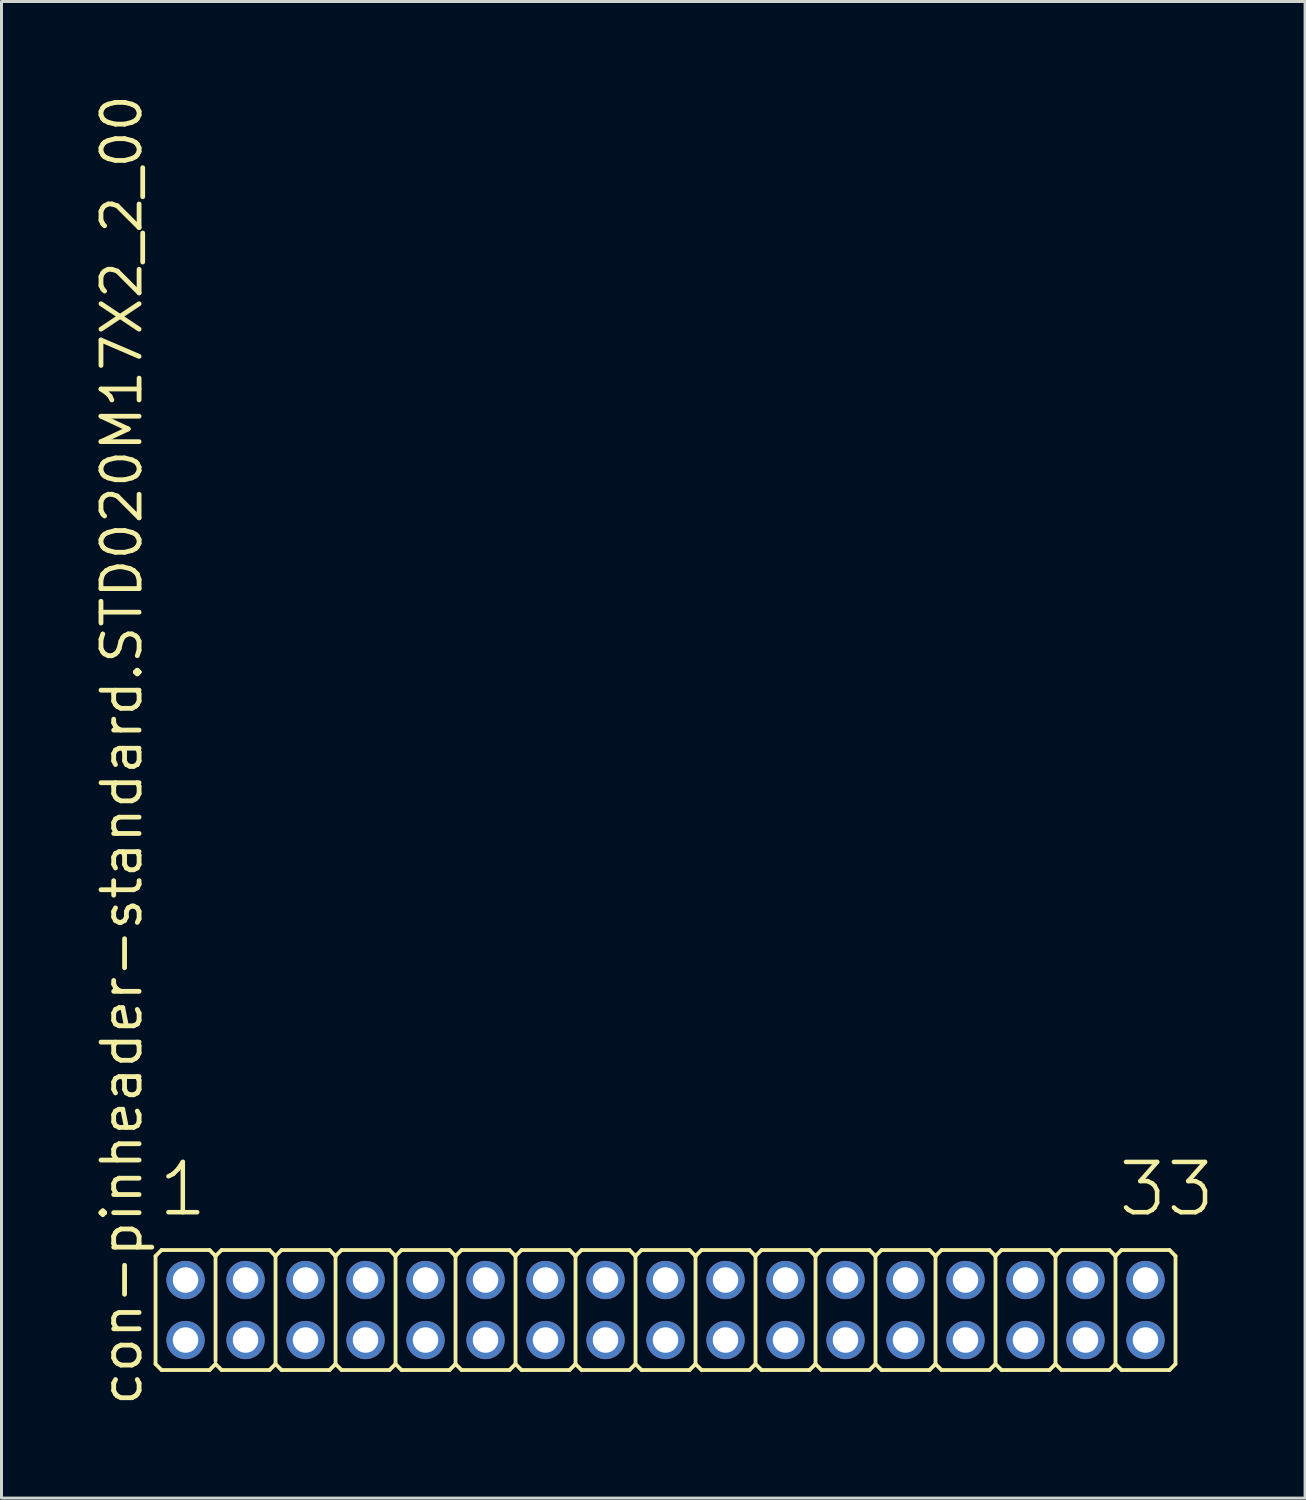
<source format=kicad_pcb>
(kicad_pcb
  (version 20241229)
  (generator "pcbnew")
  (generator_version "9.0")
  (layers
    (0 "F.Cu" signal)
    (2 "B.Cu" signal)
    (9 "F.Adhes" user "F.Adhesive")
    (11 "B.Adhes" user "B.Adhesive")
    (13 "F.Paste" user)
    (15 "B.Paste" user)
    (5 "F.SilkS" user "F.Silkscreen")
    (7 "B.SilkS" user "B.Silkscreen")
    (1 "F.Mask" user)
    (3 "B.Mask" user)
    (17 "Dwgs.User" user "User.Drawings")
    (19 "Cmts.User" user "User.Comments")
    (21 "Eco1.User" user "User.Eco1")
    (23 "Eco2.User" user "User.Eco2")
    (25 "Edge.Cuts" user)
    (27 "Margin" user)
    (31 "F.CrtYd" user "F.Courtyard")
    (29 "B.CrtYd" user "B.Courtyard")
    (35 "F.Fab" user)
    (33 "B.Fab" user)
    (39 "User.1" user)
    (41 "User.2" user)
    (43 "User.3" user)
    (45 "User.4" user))
  (footprint "con-pinheader-standard.STD020M17X2_2_00"
    (layer "F.Cu")
    (at 19.135 40.62)
    (property "Reference" "con-pinheader-standard.STD020M17X2_2_00" (at -17.385 3.27 90) (layer "F.SilkS") (effects (font (size 1.27 1.27) (thickness 0.16)) (justify left bottom)))
    (attr through_hole)
    (fp_line (start -17 1.8) (end -17 -1.8) (stroke (width 0.127) (type default)) (layer "F.SilkS"))
    (fp_line (start -16.8 -2) (end -17 -1.8) (stroke (width 0.127) (type default)) (layer "F.SilkS"))
    (fp_line (start -16.8 -2) (end -15.2 -2) (stroke (width 0.127) (type default)) (layer "F.SilkS"))
    (fp_line (start -16.8 2) (end -17 1.8) (stroke (width 0.127) (type default)) (layer "F.SilkS"))
    (fp_line (start -15.2 -2) (end -15 -1.8) (stroke (width 0.127) (type default)) (layer "F.SilkS"))
    (fp_line (start -15.2 2) (end -16.8 2) (stroke (width 0.127) (type default)) (layer "F.SilkS"))
    (fp_line (start -15.2 2) (end -15 1.8) (stroke (width 0.127) (type default)) (layer "F.SilkS"))
    (fp_line (start -15 -1.8) (end -15 1.7) (stroke (width 0.127) (type default)) (layer "F.SilkS"))
    (fp_line (start -14.8 -2) (end -15 -1.8) (stroke (width 0.127) (type default)) (layer "F.SilkS"))
    (fp_line (start -14.8 -2) (end -13.2 -2) (stroke (width 0.127) (type default)) (layer "F.SilkS"))
    (fp_line (start -14.8 2) (end -15 1.8) (stroke (width 0.127) (type default)) (layer "F.SilkS"))
    (fp_line (start -13.2 -2) (end -13 -1.8) (stroke (width 0.127) (type default)) (layer "F.SilkS"))
    (fp_line (start -13.2 2) (end -14.8 2) (stroke (width 0.127) (type default)) (layer "F.SilkS"))
    (fp_line (start -13.2 2) (end -13 1.8) (stroke (width 0.127) (type default)) (layer "F.SilkS"))
    (fp_line (start -13 -1.8) (end -13 1.8) (stroke (width 0.127) (type default)) (layer "F.SilkS"))
    (fp_line (start -12.8 -2) (end -13 -1.8) (stroke (width 0.127) (type default)) (layer "F.SilkS"))
    (fp_line (start -12.8 -2) (end -11.2 -2) (stroke (width 0.127) (type default)) (layer "F.SilkS"))
    (fp_line (start -12.8 2) (end -13 1.8) (stroke (width 0.127) (type default)) (layer "F.SilkS"))
    (fp_line (start -11.2 -2) (end -11 -1.8) (stroke (width 0.127) (type default)) (layer "F.SilkS"))
    (fp_line (start -11.2 2) (end -12.8 2) (stroke (width 0.127) (type default)) (layer "F.SilkS"))
    (fp_line (start -11.2 2) (end -11 1.8) (stroke (width 0.127) (type default)) (layer "F.SilkS"))
    (fp_line (start -11 -1.8) (end -11 1.8) (stroke (width 0.127) (type default)) (layer "F.SilkS"))
    (fp_line (start -10.8 -2) (end -11 -1.8) (stroke (width 0.127) (type default)) (layer "F.SilkS"))
    (fp_line (start -10.8 -2) (end -9.2 -2) (stroke (width 0.127) (type default)) (layer "F.SilkS"))
    (fp_line (start -10.8 2) (end -11 1.8) (stroke (width 0.127) (type default)) (layer "F.SilkS"))
    (fp_line (start -9.2 -2) (end -9 -1.8) (stroke (width 0.127) (type default)) (layer "F.SilkS"))
    (fp_line (start -9.2 2) (end -10.8 2) (stroke (width 0.127) (type default)) (layer "F.SilkS"))
    (fp_line (start -9.2 2) (end -9 1.8) (stroke (width 0.127) (type default)) (layer "F.SilkS"))
    (fp_line (start -9 -1.8) (end -9 1.8) (stroke (width 0.127) (type default)) (layer "F.SilkS"))
    (fp_line (start -8.8 -2) (end -9 -1.8) (stroke (width 0.127) (type default)) (layer "F.SilkS"))
    (fp_line (start -8.8 -2) (end -7.2 -2) (stroke (width 0.127) (type default)) (layer "F.SilkS"))
    (fp_line (start -8.8 2) (end -9 1.8) (stroke (width 0.127) (type default)) (layer "F.SilkS"))
    (fp_line (start -7.2 -2) (end -7 -1.8) (stroke (width 0.127) (type default)) (layer "F.SilkS"))
    (fp_line (start -7.2 2) (end -8.8 2) (stroke (width 0.127) (type default)) (layer "F.SilkS"))
    (fp_line (start -7.2 2) (end -7 1.8) (stroke (width 0.127) (type default)) (layer "F.SilkS"))
    (fp_line (start -7 -1.8) (end -7 1.8) (stroke (width 0.127) (type default)) (layer "F.SilkS"))
    (fp_line (start -6.8 -2) (end -7 -1.8) (stroke (width 0.127) (type default)) (layer "F.SilkS"))
    (fp_line (start -6.8 -2) (end -5.2 -2) (stroke (width 0.127) (type default)) (layer "F.SilkS"))
    (fp_line (start -6.8 2) (end -7 1.8) (stroke (width 0.127) (type default)) (layer "F.SilkS"))
    (fp_line (start -5.2 -2) (end -5 -1.8) (stroke (width 0.127) (type default)) (layer "F.SilkS"))
    (fp_line (start -5.2 2) (end -6.8 2) (stroke (width 0.127) (type default)) (layer "F.SilkS"))
    (fp_line (start -5.2 2) (end -5 1.8) (stroke (width 0.127) (type default)) (layer "F.SilkS"))
    (fp_line (start -5 -1.8) (end -5 1.8) (stroke (width 0.127) (type default)) (layer "F.SilkS"))
    (fp_line (start -4.8 -2) (end -5 -1.8) (stroke (width 0.127) (type default)) (layer "F.SilkS"))
    (fp_line (start -4.8 -2) (end -3.2 -2) (stroke (width 0.127) (type default)) (layer "F.SilkS"))
    (fp_line (start -4.8 2) (end -5 1.8) (stroke (width 0.127) (type default)) (layer "F.SilkS"))
    (fp_line (start -3.2 -2) (end -3 -1.8) (stroke (width 0.127) (type default)) (layer "F.SilkS"))
    (fp_line (start -3.2 2) (end -4.8 2) (stroke (width 0.127) (type default)) (layer "F.SilkS"))
    (fp_line (start -3.2 2) (end -3 1.8) (stroke (width 0.127) (type default)) (layer "F.SilkS"))
    (fp_line (start -3 -1.8) (end -3 1.8) (stroke (width 0.127) (type default)) (layer "F.SilkS"))
    (fp_line (start -2.8 -2) (end -3 -1.8) (stroke (width 0.127) (type default)) (layer "F.SilkS"))
    (fp_line (start -2.8 -2) (end -1.2 -2) (stroke (width 0.127) (type default)) (layer "F.SilkS"))
    (fp_line (start -2.8 2) (end -3 1.8) (stroke (width 0.127) (type default)) (layer "F.SilkS"))
    (fp_line (start -1.2 -2) (end -1 -1.8) (stroke (width 0.127) (type default)) (layer "F.SilkS"))
    (fp_line (start -1.2 2) (end -2.8 2) (stroke (width 0.127) (type default)) (layer "F.SilkS"))
    (fp_line (start -1.2 2) (end -1 1.8) (stroke (width 0.127) (type default)) (layer "F.SilkS"))
    (fp_line (start -1 -1.8) (end -1 1.8) (stroke (width 0.127) (type default)) (layer "F.SilkS"))
    (fp_line (start -0.8 -2) (end -1 -1.8) (stroke (width 0.127) (type default)) (layer "F.SilkS"))
    (fp_line (start -0.8 -2) (end 0.8 -2) (stroke (width 0.127) (type default)) (layer "F.SilkS"))
    (fp_line (start -0.8 2) (end -1 1.8) (stroke (width 0.127) (type default)) (layer "F.SilkS"))
    (fp_line (start 0.8 -2) (end 1 -1.8) (stroke (width 0.127) (type default)) (layer "F.SilkS"))
    (fp_line (start 0.8 2) (end -0.8 2) (stroke (width 0.127) (type default)) (layer "F.SilkS"))
    (fp_line (start 0.8 2) (end 1 1.8) (stroke (width 0.127) (type default)) (layer "F.SilkS"))
    (fp_line (start 1 -1.8) (end 1 1.8) (stroke (width 0.127) (type default)) (layer "F.SilkS"))
    (fp_line (start 1.2 -2) (end 1 -1.8) (stroke (width 0.127) (type default)) (layer "F.SilkS"))
    (fp_line (start 1.2 -2) (end 2.8 -2) (stroke (width 0.127) (type default)) (layer "F.SilkS"))
    (fp_line (start 1.2 2) (end 1 1.8) (stroke (width 0.127) (type default)) (layer "F.SilkS"))
    (fp_line (start 2.8 -2) (end 3 -1.8) (stroke (width 0.127) (type default)) (layer "F.SilkS"))
    (fp_line (start 2.8 2) (end 1.2 2) (stroke (width 0.127) (type default)) (layer "F.SilkS"))
    (fp_line (start 2.8 2) (end 3 1.8) (stroke (width 0.127) (type default)) (layer "F.SilkS"))
    (fp_line (start 3 -1.8) (end 3 1.8) (stroke (width 0.127) (type default)) (layer "F.SilkS"))
    (fp_line (start 3.2 -2) (end 3 -1.8) (stroke (width 0.127) (type default)) (layer "F.SilkS"))
    (fp_line (start 3.2 -2) (end 4.8 -2) (stroke (width 0.127) (type default)) (layer "F.SilkS"))
    (fp_line (start 3.2 2) (end 3 1.8) (stroke (width 0.127) (type default)) (layer "F.SilkS"))
    (fp_line (start 4.8 -2) (end 5 -1.8) (stroke (width 0.127) (type default)) (layer "F.SilkS"))
    (fp_line (start 4.8 2) (end 3.2 2) (stroke (width 0.127) (type default)) (layer "F.SilkS"))
    (fp_line (start 4.8 2) (end 5 1.8) (stroke (width 0.127) (type default)) (layer "F.SilkS"))
    (fp_line (start 5 -1.8) (end 5 1.8) (stroke (width 0.127) (type default)) (layer "F.SilkS"))
    (fp_line (start 5.2 -2) (end 5 -1.8) (stroke (width 0.127) (type default)) (layer "F.SilkS"))
    (fp_line (start 5.2 -2) (end 6.8 -2) (stroke (width 0.127) (type default)) (layer "F.SilkS"))
    (fp_line (start 5.2 2) (end 5 1.8) (stroke (width 0.127) (type default)) (layer "F.SilkS"))
    (fp_line (start 6.8 -2) (end 7 -1.8) (stroke (width 0.127) (type default)) (layer "F.SilkS"))
    (fp_line (start 6.8 2) (end 5.2 2) (stroke (width 0.127) (type default)) (layer "F.SilkS"))
    (fp_line (start 6.8 2) (end 7 1.8) (stroke (width 0.127) (type default)) (layer "F.SilkS"))
    (fp_line (start 7 -1.8) (end 7 1.8) (stroke (width 0.127) (type default)) (layer "F.SilkS"))
    (fp_line (start 7.2 -2) (end 7 -1.8) (stroke (width 0.127) (type default)) (layer "F.SilkS"))
    (fp_line (start 7.2 -2) (end 8.8 -2) (stroke (width 0.127) (type default)) (layer "F.SilkS"))
    (fp_line (start 7.2 2) (end 7 1.8) (stroke (width 0.127) (type default)) (layer "F.SilkS"))
    (fp_line (start 8.8 -2) (end 9 -1.8) (stroke (width 0.127) (type default)) (layer "F.SilkS"))
    (fp_line (start 8.8 2) (end 7.2 2) (stroke (width 0.127) (type default)) (layer "F.SilkS"))
    (fp_line (start 8.8 2) (end 9 1.8) (stroke (width 0.127) (type default)) (layer "F.SilkS"))
    (fp_line (start 9 -1.8) (end 9 1.8) (stroke (width 0.127) (type default)) (layer "F.SilkS"))
    (fp_line (start 9.2 -2) (end 9 -1.8) (stroke (width 0.127) (type default)) (layer "F.SilkS"))
    (fp_line (start 9.2 -2) (end 10.8 -2) (stroke (width 0.127) (type default)) (layer "F.SilkS"))
    (fp_line (start 9.2 2) (end 9 1.8) (stroke (width 0.127) (type default)) (layer "F.SilkS"))
    (fp_line (start 10.8 -2) (end 11 -1.8) (stroke (width 0.127) (type default)) (layer "F.SilkS"))
    (fp_line (start 10.8 2) (end 9.2 2) (stroke (width 0.127) (type default)) (layer "F.SilkS"))
    (fp_line (start 10.8 2) (end 11 1.8) (stroke (width 0.127) (type default)) (layer "F.SilkS"))
    (fp_line (start 11 -1.8) (end 11 1.8) (stroke (width 0.127) (type default)) (layer "F.SilkS"))
    (fp_line (start 11.2 -2) (end 11 -1.8) (stroke (width 0.127) (type default)) (layer "F.SilkS"))
    (fp_line (start 11.2 -2) (end 12.8 -2) (stroke (width 0.127) (type default)) (layer "F.SilkS"))
    (fp_line (start 11.2 2) (end 11 1.8) (stroke (width 0.127) (type default)) (layer "F.SilkS"))
    (fp_line (start 12.8 -2) (end 13 -1.8) (stroke (width 0.127) (type default)) (layer "F.SilkS"))
    (fp_line (start 12.8 2) (end 11.2 2) (stroke (width 0.127) (type default)) (layer "F.SilkS"))
    (fp_line (start 12.8 2) (end 13 1.8) (stroke (width 0.127) (type default)) (layer "F.SilkS"))
    (fp_line (start 13 -1.8) (end 13 1.8) (stroke (width 0.127) (type default)) (layer "F.SilkS"))
    (fp_line (start 13.2 -2) (end 13 -1.8) (stroke (width 0.127) (type default)) (layer "F.SilkS"))
    (fp_line (start 13.2 -2) (end 14.8 -2) (stroke (width 0.127) (type default)) (layer "F.SilkS"))
    (fp_line (start 13.2 2) (end 13 1.8) (stroke (width 0.127) (type default)) (layer "F.SilkS"))
    (fp_line (start 14.8 -2) (end 15 -1.8) (stroke (width 0.127) (type default)) (layer "F.SilkS"))
    (fp_line (start 14.8 2) (end 13.2 2) (stroke (width 0.127) (type default)) (layer "F.SilkS"))
    (fp_line (start 14.8 2) (end 15 1.8) (stroke (width 0.127) (type default)) (layer "F.SilkS"))
    (fp_line (start 15 -1.8) (end 15 1.8) (stroke (width 0.127) (type default)) (layer "F.SilkS"))
    (fp_line (start 15.2 -2) (end 15 -1.8) (stroke (width 0.127) (type default)) (layer "F.SilkS"))
    (fp_line (start 15.2 -2) (end 16.8 -2) (stroke (width 0.127) (type default)) (layer "F.SilkS"))
    (fp_line (start 15.2 2) (end 15 1.8) (stroke (width 0.127) (type default)) (layer "F.SilkS"))
    (fp_line (start 16.8 -2) (end 17 -1.8) (stroke (width 0.127) (type default)) (layer "F.SilkS"))
    (fp_line (start 16.8 2) (end 15.2 2) (stroke (width 0.127) (type default)) (layer "F.SilkS"))
    (fp_line (start 16.8 2) (end 17 1.8) (stroke (width 0.127) (type default)) (layer "F.SilkS"))
    (fp_line (start 17 -1.8) (end 17 1.8) (stroke (width 0.127) (type default)) (layer "F.SilkS"))
    (fp_rect (start -16.25 -0.75) (end -15.75 -1.25) (stroke (width 0.05) (type default)) (fill no) (layer "F.Fab"))
    (fp_rect (start -16.25 1.25) (end -15.75 0.75) (stroke (width 0.05) (type default)) (fill no) (layer "F.Fab"))
    (fp_rect (start -14.25 -0.75) (end -13.75 -1.25) (stroke (width 0.05) (type default)) (fill no) (layer "F.Fab"))
    (fp_rect (start -14.25 1.25) (end -13.75 0.75) (stroke (width 0.05) (type default)) (fill no) (layer "F.Fab"))
    (fp_rect (start -12.25 -0.75) (end -11.75 -1.25) (stroke (width 0.05) (type default)) (fill no) (layer "F.Fab"))
    (fp_rect (start -12.25 1.25) (end -11.75 0.75) (stroke (width 0.05) (type default)) (fill no) (layer "F.Fab"))
    (fp_rect (start -10.25 -0.75) (end -9.75 -1.25) (stroke (width 0.05) (type default)) (fill no) (layer "F.Fab"))
    (fp_rect (start -10.25 1.25) (end -9.75 0.75) (stroke (width 0.05) (type default)) (fill no) (layer "F.Fab"))
    (fp_rect (start -8.25 -0.75) (end -7.75 -1.25) (stroke (width 0.05) (type default)) (fill no) (layer "F.Fab"))
    (fp_rect (start -8.25 1.25) (end -7.75 0.75) (stroke (width 0.05) (type default)) (fill no) (layer "F.Fab"))
    (fp_rect (start -6.25 -0.75) (end -5.75 -1.25) (stroke (width 0.05) (type default)) (fill no) (layer "F.Fab"))
    (fp_rect (start -6.25 1.25) (end -5.75 0.75) (stroke (width 0.05) (type default)) (fill no) (layer "F.Fab"))
    (fp_rect (start -4.25 -0.75) (end -3.75 -1.25) (stroke (width 0.05) (type default)) (fill no) (layer "F.Fab"))
    (fp_rect (start -4.25 1.25) (end -3.75 0.75) (stroke (width 0.05) (type default)) (fill no) (layer "F.Fab"))
    (fp_rect (start -2.25 -0.75) (end -1.75 -1.25) (stroke (width 0.05) (type default)) (fill no) (layer "F.Fab"))
    (fp_rect (start -2.25 1.25) (end -1.75 0.75) (stroke (width 0.05) (type default)) (fill no) (layer "F.Fab"))
    (fp_rect (start -0.25 -0.75) (end 0.25 -1.25) (stroke (width 0.05) (type default)) (fill no) (layer "F.Fab"))
    (fp_rect (start -0.25 1.25) (end 0.25 0.75) (stroke (width 0.05) (type default)) (fill no) (layer "F.Fab"))
    (fp_rect (start 1.75 -0.75) (end 2.25 -1.25) (stroke (width 0.05) (type default)) (fill no) (layer "F.Fab"))
    (fp_rect (start 1.75 1.25) (end 2.25 0.75) (stroke (width 0.05) (type default)) (fill no) (layer "F.Fab"))
    (fp_rect (start 3.75 -0.75) (end 4.25 -1.25) (stroke (width 0.05) (type default)) (fill no) (layer "F.Fab"))
    (fp_rect (start 3.75 1.25) (end 4.25 0.75) (stroke (width 0.05) (type default)) (fill no) (layer "F.Fab"))
    (fp_rect (start 5.75 -0.75) (end 6.25 -1.25) (stroke (width 0.05) (type default)) (fill no) (layer "F.Fab"))
    (fp_rect (start 5.75 1.25) (end 6.25 0.75) (stroke (width 0.05) (type default)) (fill no) (layer "F.Fab"))
    (fp_rect (start 7.75 -0.75) (end 8.25 -1.25) (stroke (width 0.05) (type default)) (fill no) (layer "F.Fab"))
    (fp_rect (start 7.75 1.25) (end 8.25 0.75) (stroke (width 0.05) (type default)) (fill no) (layer "F.Fab"))
    (fp_rect (start 9.75 -0.75) (end 10.25 -1.25) (stroke (width 0.05) (type default)) (fill no) (layer "F.Fab"))
    (fp_rect (start 9.75 1.25) (end 10.25 0.75) (stroke (width 0.05) (type default)) (fill no) (layer "F.Fab"))
    (fp_rect (start 11.75 -0.75) (end 12.25 -1.25) (stroke (width 0.05) (type default)) (fill no) (layer "F.Fab"))
    (fp_rect (start 11.75 1.25) (end 12.25 0.75) (stroke (width 0.05) (type default)) (fill no) (layer "F.Fab"))
    (fp_rect (start 13.75 -0.75) (end 14.25 -1.25) (stroke (width 0.05) (type default)) (fill no) (layer "F.Fab"))
    (fp_rect (start 13.75 1.25) (end 14.25 0.75) (stroke (width 0.05) (type default)) (fill no) (layer "F.Fab"))
    (fp_rect (start 15.75 -0.75) (end 16.25 -1.25) (stroke (width 0.05) (type default)) (fill no) (layer "F.Fab"))
    (fp_rect (start 15.75 1.25) (end 16.25 0.75) (stroke (width 0.05) (type default)) (fill no) (layer "F.Fab"))
    (fp_text user "33" (at 15.012 -3.048 0) (layer "F.SilkS") (effects (font (size 1.676 1.676) (thickness 0.15)) (justify left bottom)))
    (fp_text user "1" (at -16.988 -3.048 0) (layer "F.SilkS") (effects (font (size 1.676 1.676) (thickness 0.15)) (justify left bottom)))
    (pad "1" thru_hole circle (at -16 -1) (size 1.275 1.275) (drill 0.85) (layers "*.Cu" "*.Mask"))
    (pad "2" thru_hole circle (at -16 1) (size 1.275 1.275) (drill 0.85) (layers "*.Cu" "*.Mask"))
    (pad "3" thru_hole circle (at -14 -1) (size 1.275 1.275) (drill 0.85) (layers "*.Cu" "*.Mask"))
    (pad "4" thru_hole circle (at -14 1) (size 1.275 1.275) (drill 0.85) (layers "*.Cu" "*.Mask"))
    (pad "5" thru_hole circle (at -12 -1) (size 1.275 1.275) (drill 0.85) (layers "*.Cu" "*.Mask"))
    (pad "6" thru_hole circle (at -12 1) (size 1.275 1.275) (drill 0.85) (layers "*.Cu" "*.Mask"))
    (pad "7" thru_hole circle (at -10 -1) (size 1.275 1.275) (drill 0.85) (layers "*.Cu" "*.Mask"))
    (pad "8" thru_hole circle (at -10 1) (size 1.275 1.275) (drill 0.85) (layers "*.Cu" "*.Mask"))
    (pad "9" thru_hole circle (at -8 -1) (size 1.275 1.275) (drill 0.85) (layers "*.Cu" "*.Mask"))
    (pad "10" thru_hole circle (at -8 1) (size 1.275 1.275) (drill 0.85) (layers "*.Cu" "*.Mask"))
    (pad "11" thru_hole circle (at -6 -1) (size 1.275 1.275) (drill 0.85) (layers "*.Cu" "*.Mask"))
    (pad "12" thru_hole circle (at -6 1) (size 1.275 1.275) (drill 0.85) (layers "*.Cu" "*.Mask"))
    (pad "13" thru_hole circle (at -4 -1) (size 1.275 1.275) (drill 0.85) (layers "*.Cu" "*.Mask"))
    (pad "14" thru_hole circle (at -4 1) (size 1.275 1.275) (drill 0.85) (layers "*.Cu" "*.Mask"))
    (pad "15" thru_hole circle (at -2 -1) (size 1.275 1.275) (drill 0.85) (layers "*.Cu" "*.Mask"))
    (pad "16" thru_hole circle (at -2 1) (size 1.275 1.275) (drill 0.85) (layers "*.Cu" "*.Mask"))
    (pad "17" thru_hole circle (at 0 -1) (size 1.275 1.275) (drill 0.85) (layers "*.Cu" "*.Mask"))
    (pad "18" thru_hole circle (at 0 1) (size 1.275 1.275) (drill 0.85) (layers "*.Cu" "*.Mask"))
    (pad "19" thru_hole circle (at 2 -1) (size 1.275 1.275) (drill 0.85) (layers "*.Cu" "*.Mask"))
    (pad "20" thru_hole circle (at 2 1) (size 1.275 1.275) (drill 0.85) (layers "*.Cu" "*.Mask"))
    (pad "21" thru_hole circle (at 4 -1) (size 1.275 1.275) (drill 0.85) (layers "*.Cu" "*.Mask"))
    (pad "22" thru_hole circle (at 4 1) (size 1.275 1.275) (drill 0.85) (layers "*.Cu" "*.Mask"))
    (pad "23" thru_hole circle (at 6 -1) (size 1.275 1.275) (drill 0.85) (layers "*.Cu" "*.Mask"))
    (pad "24" thru_hole circle (at 6 1) (size 1.275 1.275) (drill 0.85) (layers "*.Cu" "*.Mask"))
    (pad "25" thru_hole circle (at 8 -1) (size 1.275 1.275) (drill 0.85) (layers "*.Cu" "*.Mask"))
    (pad "26" thru_hole circle (at 8 1) (size 1.275 1.275) (drill 0.85) (layers "*.Cu" "*.Mask"))
    (pad "27" thru_hole circle (at 10 -1) (size 1.275 1.275) (drill 0.85) (layers "*.Cu" "*.Mask"))
    (pad "28" thru_hole circle (at 10 1) (size 1.275 1.275) (drill 0.85) (layers "*.Cu" "*.Mask"))
    (pad "29" thru_hole circle (at 12 -1) (size 1.275 1.275) (drill 0.85) (layers "*.Cu" "*.Mask"))
    (pad "30" thru_hole circle (at 12 1) (size 1.275 1.275) (drill 0.85) (layers "*.Cu" "*.Mask"))
    (pad "31" thru_hole circle (at 14 -1) (size 1.275 1.275) (drill 0.85) (layers "*.Cu" "*.Mask"))
    (pad "32" thru_hole circle (at 14 1) (size 1.275 1.275) (drill 0.85) (layers "*.Cu" "*.Mask"))
    (pad "33" thru_hole circle (at 16 -1) (size 1.275 1.275) (drill 0.85) (layers "*.Cu" "*.Mask"))
    (pad "34" thru_hole circle (at 16 1) (size 1.275 1.275) (drill 0.85) (layers "*.Cu" "*.Mask")))
  (gr_rect
    (start -3 -3)
    (end 40.455 46.89)
    (stroke (width 0.1) (type default))
    (fill no)
    (layer "Edge.Cuts")))
</source>
